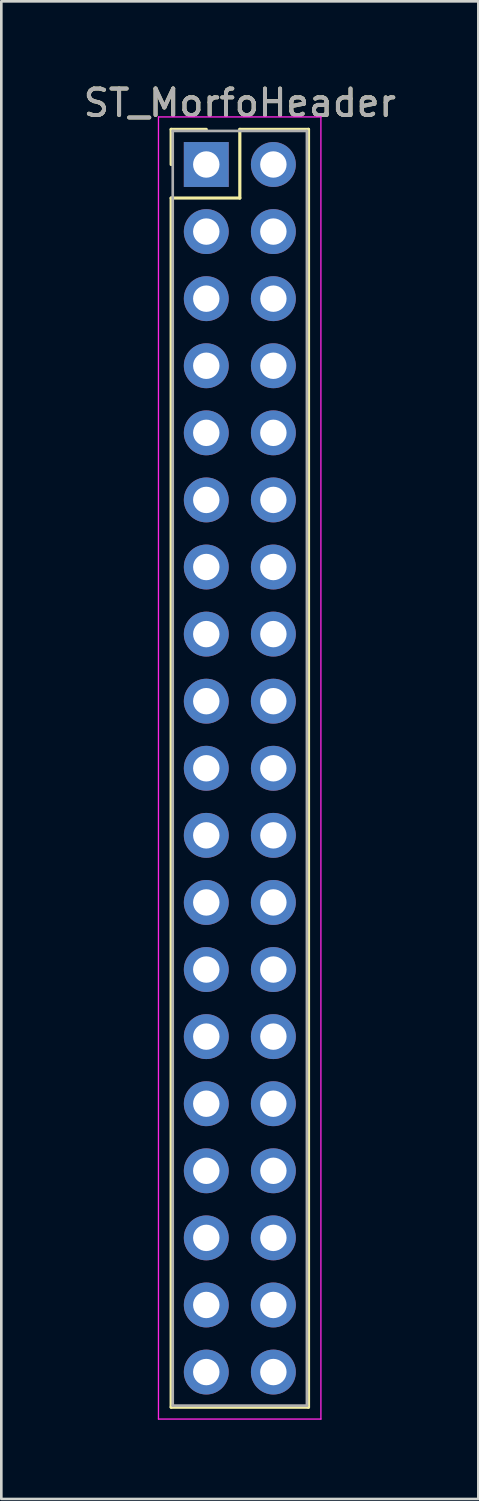
<source format=kicad_pcb>
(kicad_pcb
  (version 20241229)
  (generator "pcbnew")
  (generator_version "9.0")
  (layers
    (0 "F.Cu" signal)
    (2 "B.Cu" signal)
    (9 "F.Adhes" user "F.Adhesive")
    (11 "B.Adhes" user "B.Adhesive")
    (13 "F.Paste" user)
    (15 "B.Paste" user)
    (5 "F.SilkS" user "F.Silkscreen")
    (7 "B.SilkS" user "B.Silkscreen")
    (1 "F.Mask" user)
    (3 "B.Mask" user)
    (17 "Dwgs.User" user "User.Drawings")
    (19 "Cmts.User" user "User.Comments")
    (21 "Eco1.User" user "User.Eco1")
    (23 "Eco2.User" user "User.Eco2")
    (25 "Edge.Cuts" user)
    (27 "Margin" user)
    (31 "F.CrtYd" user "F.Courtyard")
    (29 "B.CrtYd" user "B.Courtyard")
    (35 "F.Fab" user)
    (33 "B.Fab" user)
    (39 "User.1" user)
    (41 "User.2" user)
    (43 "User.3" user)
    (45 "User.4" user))
  (footprint "ST_MorfoHeader"
    (layer "F.Cu")
    (at 4.76 3.178)
    (property "Reference" "ST_MorfoHeader" (at 1.27 -2.33 0) (layer "F.SilkS") (effects (font (size 1 1) (thickness 0.15))))
    (attr through_hole)
    (fp_line (start -1.33 -1.33) (end 0 -1.33) (stroke (width 0.12) (type solid)) (layer "F.SilkS"))
    (fp_line (start -1.33 0) (end -1.33 -1.33) (stroke (width 0.12) (type solid)) (layer "F.SilkS"))
    (fp_line (start -1.33 47.05) (end -1.33 1.27) (stroke (width 0.12) (type solid)) (layer "F.SilkS"))
    (fp_line (start 1.27 -1.33) (end 1.27 1.27) (stroke (width 0.12) (type solid)) (layer "F.SilkS"))
    (fp_line (start 1.27 -1.33) (end 3.87 -1.33) (stroke (width 0.12) (type solid)) (layer "F.SilkS"))
    (fp_line (start 1.27 1.27) (end -1.33 1.27) (stroke (width 0.12) (type solid)) (layer "F.SilkS"))
    (fp_line (start 3.87 -1.33) (end 3.87 47.05) (stroke (width 0.12) (type solid)) (layer "F.SilkS"))
    (fp_line (start 3.87 47.05) (end -1.33 47.05) (stroke (width 0.12) (type solid)) (layer "F.SilkS"))
    (fp_line (start -1.81 -1.8) (end -1.81 47.5) (stroke (width 0.05) (type solid)) (layer "F.CrtYd"))
    (fp_line (start -1.81 47.5) (end 4.34 47.5) (stroke (width 0.05) (type solid)) (layer "F.CrtYd"))
    (fp_line (start 4.34 -1.8) (end -1.81 -1.8) (stroke (width 0.05) (type solid)) (layer "F.CrtYd"))
    (fp_line (start 4.34 47.5) (end 4.34 -1.8) (stroke (width 0.05) (type solid)) (layer "F.CrtYd"))
    (fp_line (start -1.27 -1.27) (end -1.27 46.99) (stroke (width 0.1) (type solid)) (layer "F.Fab"))
    (fp_line (start -1.27 46.99) (end 3.81 46.99) (stroke (width 0.1) (type solid)) (layer "F.Fab"))
    (fp_line (start 3.81 -1.27) (end -1.27 -1.27) (stroke (width 0.1) (type solid)) (layer "F.Fab"))
    (fp_line (start 3.81 46.99) (end 3.81 -1.27) (stroke (width 0.1) (type solid)) (layer "F.Fab"))
    (fp_text user "${REFERENCE}" (at 1.27 -2.33 0) (layer "F.Fab") (effects (font (size 1 1) (thickness 0.15))))
    (pad "1" thru_hole rect (at 0 0) (size 1.7 1.7) (drill 1) (layers "*.Cu" "*.Mask"))
    (pad "2" thru_hole oval (at 2.54 0) (size 1.7 1.7) (drill 1) (layers "*.Cu" "*.Mask"))
    (pad "3" thru_hole oval (at 0 2.54) (size 1.7 1.7) (drill 1) (layers "*.Cu" "*.Mask"))
    (pad "4" thru_hole oval (at 2.54 2.54) (size 1.7 1.7) (drill 1) (layers "*.Cu" "*.Mask"))
    (pad "5" thru_hole oval (at 0 5.08) (size 1.7 1.7) (drill 1) (layers "*.Cu" "*.Mask"))
    (pad "6" thru_hole oval (at 2.54 5.08) (size 1.7 1.7) (drill 1) (layers "*.Cu" "*.Mask"))
    (pad "7" thru_hole oval (at 0 7.62) (size 1.7 1.7) (drill 1) (layers "*.Cu" "*.Mask"))
    (pad "8" thru_hole oval (at 2.54 7.62) (size 1.7 1.7) (drill 1) (layers "*.Cu" "*.Mask"))
    (pad "9" thru_hole oval (at 0 10.16) (size 1.7 1.7) (drill 1) (layers "*.Cu" "*.Mask"))
    (pad "10" thru_hole oval (at 2.54 10.16) (size 1.7 1.7) (drill 1) (layers "*.Cu" "*.Mask"))
    (pad "11" thru_hole oval (at 0 12.7) (size 1.7 1.7) (drill 1) (layers "*.Cu" "*.Mask"))
    (pad "12" thru_hole oval (at 2.54 12.7) (size 1.7 1.7) (drill 1) (layers "*.Cu" "*.Mask"))
    (pad "13" thru_hole oval (at 0 15.24) (size 1.7 1.7) (drill 1) (layers "*.Cu" "*.Mask"))
    (pad "14" thru_hole oval (at 2.54 15.24) (size 1.7 1.7) (drill 1) (layers "*.Cu" "*.Mask"))
    (pad "15" thru_hole oval (at 0 17.78) (size 1.7 1.7) (drill 1) (layers "*.Cu" "*.Mask"))
    (pad "16" thru_hole oval (at 2.54 17.78) (size 1.7 1.7) (drill 1) (layers "*.Cu" "*.Mask"))
    (pad "17" thru_hole oval (at 0 20.32) (size 1.7 1.7) (drill 1) (layers "*.Cu" "*.Mask"))
    (pad "18" thru_hole oval (at 2.54 20.32) (size 1.7 1.7) (drill 1) (layers "*.Cu" "*.Mask"))
    (pad "19" thru_hole oval (at 0 22.86) (size 1.7 1.7) (drill 1) (layers "*.Cu" "*.Mask"))
    (pad "20" thru_hole oval (at 2.54 22.86) (size 1.7 1.7) (drill 1) (layers "*.Cu" "*.Mask"))
    (pad "21" thru_hole oval (at 0 25.4) (size 1.7 1.7) (drill 1) (layers "*.Cu" "*.Mask"))
    (pad "22" thru_hole oval (at 2.54 25.4) (size 1.7 1.7) (drill 1) (layers "*.Cu" "*.Mask"))
    (pad "23" thru_hole oval (at 0 27.94) (size 1.7 1.7) (drill 1) (layers "*.Cu" "*.Mask"))
    (pad "24" thru_hole oval (at 2.54 27.94) (size 1.7 1.7) (drill 1) (layers "*.Cu" "*.Mask"))
    (pad "25" thru_hole oval (at 0 30.48) (size 1.7 1.7) (drill 1) (layers "*.Cu" "*.Mask"))
    (pad "26" thru_hole oval (at 2.54 30.48) (size 1.7 1.7) (drill 1) (layers "*.Cu" "*.Mask"))
    (pad "27" thru_hole oval (at 0 33.02) (size 1.7 1.7) (drill 1) (layers "*.Cu" "*.Mask"))
    (pad "28" thru_hole oval (at 2.54 33.02) (size 1.7 1.7) (drill 1) (layers "*.Cu" "*.Mask"))
    (pad "29" thru_hole oval (at 0 35.56) (size 1.7 1.7) (drill 1) (layers "*.Cu" "*.Mask"))
    (pad "30" thru_hole oval (at 2.54 35.56) (size 1.7 1.7) (drill 1) (layers "*.Cu" "*.Mask"))
    (pad "31" thru_hole oval (at 0 38.1) (size 1.7 1.7) (drill 1) (layers "*.Cu" "*.Mask"))
    (pad "32" thru_hole oval (at 2.54 38.1) (size 1.7 1.7) (drill 1) (layers "*.Cu" "*.Mask"))
    (pad "33" thru_hole oval (at 0 40.64) (size 1.7 1.7) (drill 1) (layers "*.Cu" "*.Mask"))
    (pad "34" thru_hole oval (at 2.54 40.64) (size 1.7 1.7) (drill 1) (layers "*.Cu" "*.Mask"))
    (pad "35" thru_hole oval (at 0 43.18) (size 1.7 1.7) (drill 1) (layers "*.Cu" "*.Mask"))
    (pad "36" thru_hole oval (at 2.54 43.18) (size 1.7 1.7) (drill 1) (layers "*.Cu" "*.Mask"))
    (pad "37" thru_hole oval (at 0 45.72) (size 1.7 1.7) (drill 1) (layers "*.Cu" "*.Mask"))
    (pad "38" thru_hole oval (at 2.54 45.72) (size 1.7 1.7) (drill 1) (layers "*.Cu" "*.Mask")))
  (gr_rect
    (start -3 -3)
    (end 15.06 53.703)
    (stroke (width 0.1) (type default))
    (fill no)
    (layer "Edge.Cuts")))
</source>
